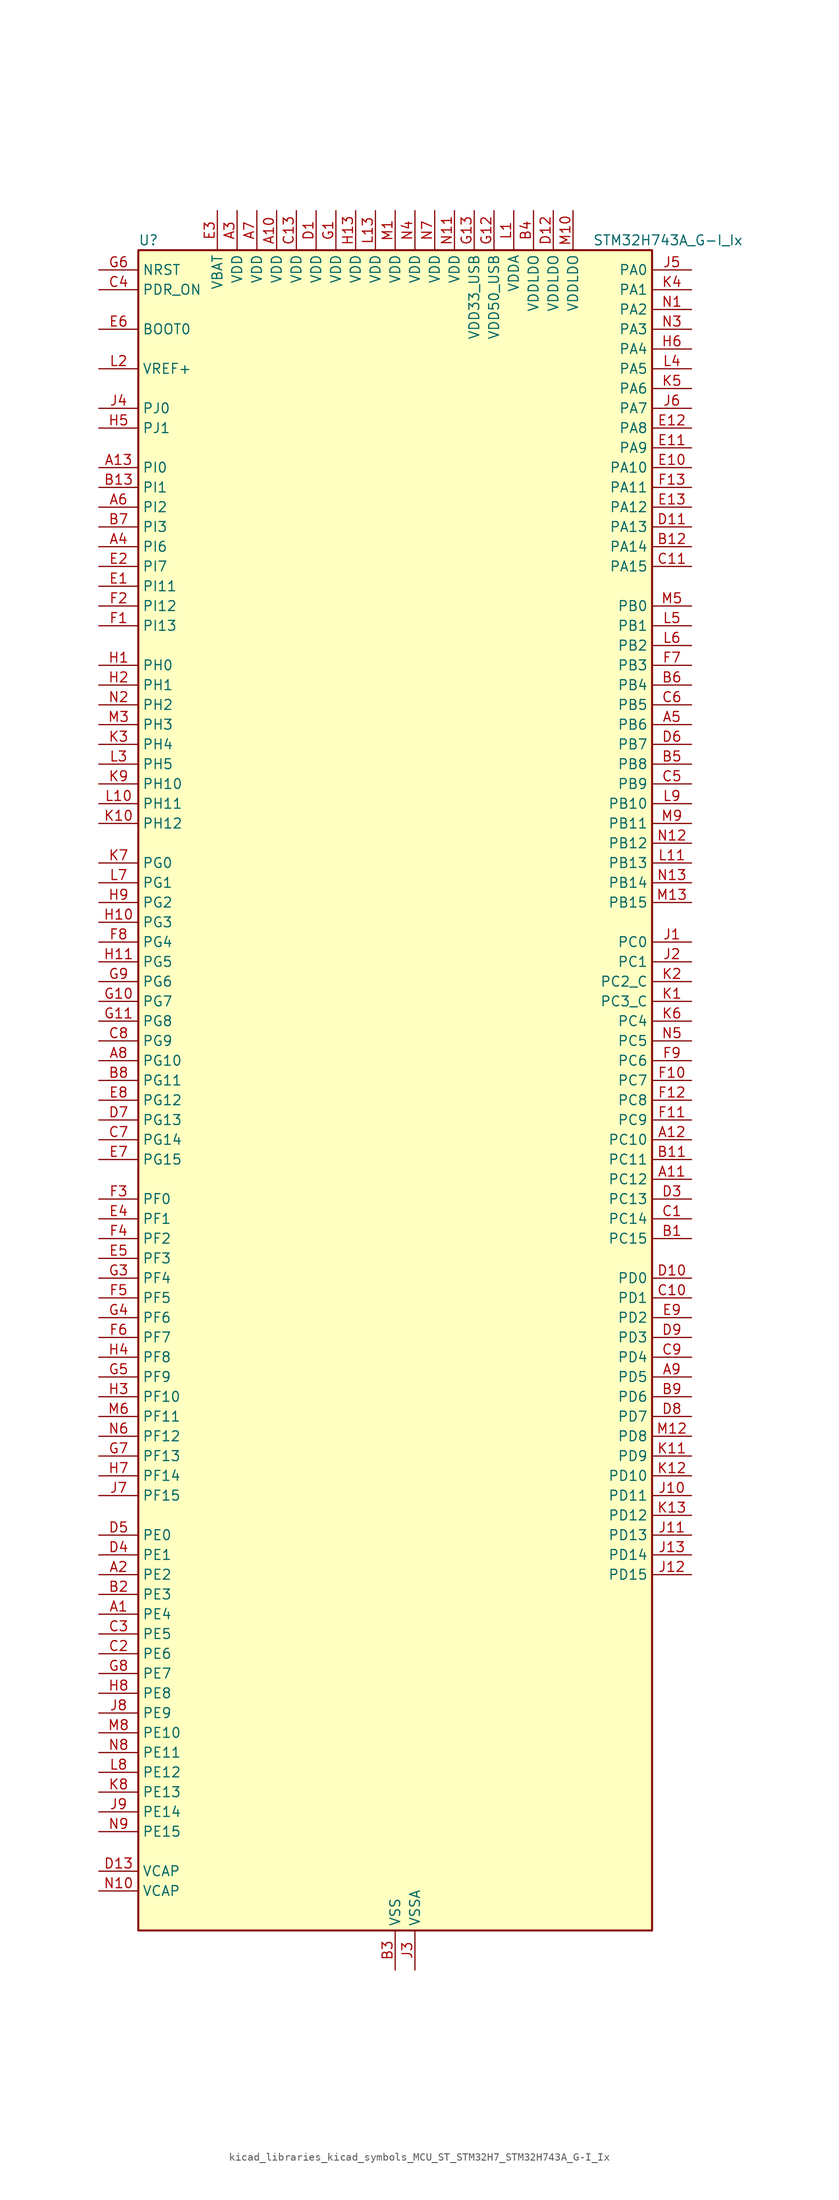
<source format=kicad_sym>
(kicad_symbol_lib
  (version 20220914)
  (generator kicad_symbol_editor)
  (symbol "kicad_libraries_kicad_symbols_MCU_ST_STM32H7_STM32H743A_G-I_Ix"
    (property "Reference" "U"
      (at -33.02 110.49 0)
      (effects (font (size 1.27 1.27)) (justify left)))
    (property "Value" "STM32H743A_G-I_Ix"
      (at 25.4 110.49 0)
      (effects (font (size 1.27 1.27)) (justify left)))
    (property "ki_locked" ""
      (at 0 0 0)
      (effects (font (size 1.27 1.27))))
    (symbol "kicad_libraries_kicad_symbols_MCU_ST_STM32H7_STM32H743A_G-I_Ix_0_1"
      (rectangle (start -33.02 -106.68) (end 33.02 109.22) (stroke (width 0.254) (type default)) (fill (type background))))
    (symbol "kicad_libraries_kicad_symbols_MCU_ST_STM32H7_STM32H743A_G-I_Ix_1_1"
      (pin bidirectional line (at -38.1 -66.04 0) (length 5.08) (name "PE4" (effects (font (size 1.27 1.27)))) (number "A1" (effects (font (size 1.27 1.27)))) (alternate "DCMI_D4" bidirectional line) (alternate "DEBUG_TRACED1" bidirectional line) (alternate "DFSDM1_DATIN3" bidirectional line) (alternate "FMC_A20" bidirectional line) (alternate "LTDC_B0" bidirectional line) (alternate "SAI1_D2" bidirectional line) (alternate "SAI1_FS_A" bidirectional line) (alternate "SAI4_D2" bidirectional line) (alternate "SAI4_FS_A" bidirectional line) (alternate "SPI4_NSS" bidirectional line) (alternate "TIM15_CH1N" bidirectional line))
      (pin power_in line (at -15.24 114.3 270) (length 5.08) (name "VDD" (effects (font (size 1.27 1.27)))) (number "A10" (effects (font (size 1.27 1.27)))))
      (pin bidirectional line (at 38.1 -10.16 180) (length 5.08) (name "PC12" (effects (font (size 1.27 1.27)))) (number "A11" (effects (font (size 1.27 1.27)))) (alternate "DCMI_D9" bidirectional line) (alternate "DEBUG_TRACED3" bidirectional line) (alternate "HRTIM_EEV2" bidirectional line) (alternate "I2S3_SDO" bidirectional line) (alternate "SDMMC1_CK" bidirectional line) (alternate "SPI3_MOSI" bidirectional line) (alternate "UART5_TX" bidirectional line) (alternate "USART3_CK" bidirectional line))
      (pin bidirectional line (at 38.1 -5.08 180) (length 5.08) (name "PC10" (effects (font (size 1.27 1.27)))) (number "A12" (effects (font (size 1.27 1.27)))) (alternate "DCMI_D8" bidirectional line) (alternate "DFSDM1_CKIN5" bidirectional line) (alternate "HRTIM_EEV1" bidirectional line) (alternate "I2S3_CK" bidirectional line) (alternate "LTDC_R2" bidirectional line) (alternate "QUADSPI_BK1_IO1" bidirectional line) (alternate "SDMMC1_D2" bidirectional line) (alternate "SPI3_SCK" bidirectional line) (alternate "UART4_TX" bidirectional line) (alternate "USART3_TX" bidirectional line))
      (pin bidirectional line (at -38.1 81.28 0) (length 5.08) (name "PI0" (effects (font (size 1.27 1.27)))) (number "A13" (effects (font (size 1.27 1.27)))) (alternate "DCMI_D13" bidirectional line) (alternate "FMC_D24" bidirectional line) (alternate "I2S2_WS" bidirectional line) (alternate "LTDC_G5" bidirectional line) (alternate "SPI2_NSS" bidirectional line) (alternate "TIM5_CH4" bidirectional line))
      (pin bidirectional line (at -38.1 -60.96 0) (length 5.08) (name "PE2" (effects (font (size 1.27 1.27)))) (number "A2" (effects (font (size 1.27 1.27)))) (alternate "DEBUG_TRACECLK" bidirectional line) (alternate "ETH_TXD3" bidirectional line) (alternate "FMC_A23" bidirectional line) (alternate "QUADSPI_BK1_IO2" bidirectional line) (alternate "SAI1_CK1" bidirectional line) (alternate "SAI1_MCLK_A" bidirectional line) (alternate "SAI4_CK1" bidirectional line) (alternate "SAI4_MCLK_A" bidirectional line) (alternate "SPI4_SCK" bidirectional line))
      (pin power_in line (at -20.32 114.3 270) (length 5.08) (name "VDD" (effects (font (size 1.27 1.27)))) (number "A3" (effects (font (size 1.27 1.27)))))
      (pin bidirectional line (at -38.1 71.12 0) (length 5.08) (name "PI6" (effects (font (size 1.27 1.27)))) (number "A4" (effects (font (size 1.27 1.27)))) (alternate "DCMI_D6" bidirectional line) (alternate "FMC_D28" bidirectional line) (alternate "LTDC_B6" bidirectional line) (alternate "SAI2_SD_A" bidirectional line) (alternate "TIM8_CH2" bidirectional line))
      (pin bidirectional line (at 38.1 48.26 180) (length 5.08) (name "PB6" (effects (font (size 1.27 1.27)))) (number "A5" (effects (font (size 1.27 1.27)))) (alternate "CEC" bidirectional line) (alternate "DCMI_D5" bidirectional line) (alternate "DFSDM1_DATIN5" bidirectional line) (alternate "FDCAN2_TX" bidirectional line) (alternate "FMC_SDNE1" bidirectional line) (alternate "HRTIM_EEV8" bidirectional line) (alternate "I2C1_SCL" bidirectional line) (alternate "I2C4_SCL" bidirectional line) (alternate "LPUART1_TX" bidirectional line) (alternate "QUADSPI_BK1_NCS" bidirectional line) (alternate "TIM16_CH1N" bidirectional line) (alternate "TIM4_CH1" bidirectional line) (alternate "UART5_TX" bidirectional line) (alternate "USART1_TX" bidirectional line))
      (pin bidirectional line (at -38.1 76.2 0) (length 5.08) (name "PI2" (effects (font (size 1.27 1.27)))) (number "A6" (effects (font (size 1.27 1.27)))) (alternate "DCMI_D9" bidirectional line) (alternate "FMC_D26" bidirectional line) (alternate "I2S2_SDI" bidirectional line) (alternate "LTDC_G7" bidirectional line) (alternate "SPI2_MISO" bidirectional line) (alternate "TIM8_CH4" bidirectional line))
      (pin power_in line (at -17.78 114.3 270) (length 5.08) (name "VDD" (effects (font (size 1.27 1.27)))) (number "A7" (effects (font (size 1.27 1.27)))))
      (pin bidirectional line (at -38.1 5.08 0) (length 5.08) (name "PG10" (effects (font (size 1.27 1.27)))) (number "A8" (effects (font (size 1.27 1.27)))) (alternate "DCMI_D2" bidirectional line) (alternate "FMC_NE3" bidirectional line) (alternate "HRTIM_FLT5" bidirectional line) (alternate "I2S1_WS" bidirectional line) (alternate "LTDC_B2" bidirectional line) (alternate "LTDC_G3" bidirectional line) (alternate "SAI2_SD_B" bidirectional line) (alternate "SPI1_NSS" bidirectional line))
      (pin bidirectional line (at 38.1 -35.56 180) (length 5.08) (name "PD5" (effects (font (size 1.27 1.27)))) (number "A9" (effects (font (size 1.27 1.27)))) (alternate "FMC_NWE" bidirectional line) (alternate "HRTIM_EEV3" bidirectional line) (alternate "USART2_TX" bidirectional line))
      (pin bidirectional line (at 38.1 -17.78 180) (length 5.08) (name "PC15" (effects (font (size 1.27 1.27)))) (number "B1" (effects (font (size 1.27 1.27)))) (alternate "ADC1_EXTI15" bidirectional line) (alternate "ADC2_EXTI15" bidirectional line) (alternate "ADC3_EXTI15" bidirectional line) (alternate "RCC_OSC32_OUT" bidirectional line))
      (pin passive line (at 0 -111.76 90) (length 5.08) hide (name "VSS" (effects (font (size 1.27 1.27)))) (number "B10" (effects (font (size 1.27 1.27)))))
      (pin bidirectional line (at 38.1 -7.62 180) (length 5.08) (name "PC11" (effects (font (size 1.27 1.27)))) (number "B11" (effects (font (size 1.27 1.27)))) (alternate "ADC1_EXTI11" bidirectional line) (alternate "ADC2_EXTI11" bidirectional line) (alternate "ADC3_EXTI11" bidirectional line) (alternate "DCMI_D4" bidirectional line) (alternate "DFSDM1_DATIN5" bidirectional line) (alternate "HRTIM_FLT2" bidirectional line) (alternate "I2S3_SDI" bidirectional line) (alternate "QUADSPI_BK2_NCS" bidirectional line) (alternate "SDMMC1_D3" bidirectional line) (alternate "SPI3_MISO" bidirectional line) (alternate "UART4_RX" bidirectional line) (alternate "USART3_RX" bidirectional line))
      (pin bidirectional line (at 38.1 71.12 180) (length 5.08) (name "PA14" (effects (font (size 1.27 1.27)))) (number "B12" (effects (font (size 1.27 1.27)))) (alternate "DEBUG_JTCK-SWCLK" bidirectional line))
      (pin bidirectional line (at -38.1 78.74 0) (length 5.08) (name "PI1" (effects (font (size 1.27 1.27)))) (number "B13" (effects (font (size 1.27 1.27)))) (alternate "DCMI_D8" bidirectional line) (alternate "FMC_D25" bidirectional line) (alternate "I2S2_CK" bidirectional line) (alternate "LTDC_G6" bidirectional line) (alternate "SPI2_SCK" bidirectional line) (alternate "TIM8_BKIN2" bidirectional line) (alternate "TIM8_BKIN2_COMP1" bidirectional line) (alternate "TIM8_BKIN2_COMP2" bidirectional line))
      (pin bidirectional line (at -38.1 -63.5 0) (length 5.08) (name "PE3" (effects (font (size 1.27 1.27)))) (number "B2" (effects (font (size 1.27 1.27)))) (alternate "DEBUG_TRACED0" bidirectional line) (alternate "FMC_A19" bidirectional line) (alternate "SAI1_SD_B" bidirectional line) (alternate "SAI4_SD_B" bidirectional line) (alternate "TIM15_BKIN" bidirectional line))
      (pin power_in line (at 0 -111.76 90) (length 5.08) (name "VSS" (effects (font (size 1.27 1.27)))) (number "B3" (effects (font (size 1.27 1.27)))))
      (pin power_in line (at 17.78 114.3 270) (length 5.08) (name "VDDLDO" (effects (font (size 1.27 1.27)))) (number "B4" (effects (font (size 1.27 1.27)))))
      (pin bidirectional line (at 38.1 43.18 180) (length 5.08) (name "PB8" (effects (font (size 1.27 1.27)))) (number "B5" (effects (font (size 1.27 1.27)))) (alternate "DCMI_D6" bidirectional line) (alternate "DFSDM1_CKIN7" bidirectional line) (alternate "ETH_TXD3" bidirectional line) (alternate "FDCAN1_RX" bidirectional line) (alternate "I2C1_SCL" bidirectional line) (alternate "I2C4_SCL" bidirectional line) (alternate "LTDC_B6" bidirectional line) (alternate "SDMMC1_CKIN" bidirectional line) (alternate "SDMMC1_D4" bidirectional line) (alternate "SDMMC2_D4" bidirectional line) (alternate "TIM16_CH1" bidirectional line) (alternate "TIM4_CH3" bidirectional line) (alternate "UART4_RX" bidirectional line))
      (pin bidirectional line (at 38.1 53.34 180) (length 5.08) (name "PB4" (effects (font (size 1.27 1.27)))) (number "B6" (effects (font (size 1.27 1.27)))) (alternate "DEBUG_JTRST" bidirectional line) (alternate "HRTIM_EEV6" bidirectional line) (alternate "I2S1_SDI" bidirectional line) (alternate "I2S2_WS" bidirectional line) (alternate "I2S3_SDI" bidirectional line) (alternate "SDMMC2_D3" bidirectional line) (alternate "SPI1_MISO" bidirectional line) (alternate "SPI2_NSS" bidirectional line) (alternate "SPI3_MISO" bidirectional line) (alternate "SPI6_MISO" bidirectional line) (alternate "TIM16_BKIN" bidirectional line) (alternate "TIM3_CH1" bidirectional line) (alternate "UART7_TX" bidirectional line))
      (pin bidirectional line (at -38.1 73.66 0) (length 5.08) (name "PI3" (effects (font (size 1.27 1.27)))) (number "B7" (effects (font (size 1.27 1.27)))) (alternate "DCMI_D10" bidirectional line) (alternate "FMC_D27" bidirectional line) (alternate "I2S2_SDO" bidirectional line) (alternate "SPI2_MOSI" bidirectional line) (alternate "TIM8_ETR" bidirectional line))
      (pin bidirectional line (at -38.1 2.54 0) (length 5.08) (name "PG11" (effects (font (size 1.27 1.27)))) (number "B8" (effects (font (size 1.27 1.27)))) (alternate "ADC1_EXTI11" bidirectional line) (alternate "ADC2_EXTI11" bidirectional line) (alternate "ADC3_EXTI11" bidirectional line) (alternate "DCMI_D3" bidirectional line) (alternate "ETH_TX_EN" bidirectional line) (alternate "HRTIM_EEV4" bidirectional line) (alternate "I2S1_CK" bidirectional line) (alternate "LPTIM1_IN2" bidirectional line) (alternate "LTDC_B3" bidirectional line) (alternate "SDMMC2_D2" bidirectional line) (alternate "SPDIFRX1_IN0" bidirectional line) (alternate "SPI1_SCK" bidirectional line))
      (pin bidirectional line (at 38.1 -38.1 180) (length 5.08) (name "PD6" (effects (font (size 1.27 1.27)))) (number "B9" (effects (font (size 1.27 1.27)))) (alternate "DCMI_D10" bidirectional line) (alternate "DFSDM1_CKIN4" bidirectional line) (alternate "DFSDM1_DATIN1" bidirectional line) (alternate "FMC_NWAIT" bidirectional line) (alternate "I2S3_SDO" bidirectional line) (alternate "LTDC_B2" bidirectional line) (alternate "SAI1_D1" bidirectional line) (alternate "SAI1_SD_A" bidirectional line) (alternate "SAI4_D1" bidirectional line) (alternate "SAI4_SD_A" bidirectional line) (alternate "SDMMC2_CK" bidirectional line) (alternate "SPI3_MOSI" bidirectional line) (alternate "USART2_RX" bidirectional line))
      (pin bidirectional line (at 38.1 -15.24 180) (length 5.08) (name "PC14" (effects (font (size 1.27 1.27)))) (number "C1" (effects (font (size 1.27 1.27)))) (alternate "RCC_OSC32_IN" bidirectional line))
      (pin bidirectional line (at 38.1 -25.4 180) (length 5.08) (name "PD1" (effects (font (size 1.27 1.27)))) (number "C10" (effects (font (size 1.27 1.27)))) (alternate "DFSDM1_DATIN6" bidirectional line) (alternate "FDCAN1_TX" bidirectional line) (alternate "FMC_D3" bidirectional line) (alternate "FMC_DA3" bidirectional line) (alternate "SAI3_SD_A" bidirectional line) (alternate "UART4_TX" bidirectional line))
      (pin bidirectional line (at 38.1 68.58 180) (length 5.08) (name "PA15" (effects (font (size 1.27 1.27)))) (number "C11" (effects (font (size 1.27 1.27)))) (alternate "ADC1_EXTI15" bidirectional line) (alternate "ADC2_EXTI15" bidirectional line) (alternate "ADC3_EXTI15" bidirectional line) (alternate "CEC" bidirectional line) (alternate "DEBUG_JTDI" bidirectional line) (alternate "HRTIM_FLT1" bidirectional line) (alternate "I2S1_WS" bidirectional line) (alternate "I2S3_WS" bidirectional line) (alternate "SPI1_NSS" bidirectional line) (alternate "SPI3_NSS" bidirectional line) (alternate "SPI6_NSS" bidirectional line) (alternate "TIM2_CH1" bidirectional line) (alternate "TIM2_ETR" bidirectional line) (alternate "UART4_DE" bidirectional line) (alternate "UART4_RTS" bidirectional line) (alternate "UART7_TX" bidirectional line))
      (pin passive line (at 0 -111.76 90) (length 5.08) hide (name "VSS" (effects (font (size 1.27 1.27)))) (number "C12" (effects (font (size 1.27 1.27)))))
      (pin power_in line (at -12.7 114.3 270) (length 5.08) (name "VDD" (effects (font (size 1.27 1.27)))) (number "C13" (effects (font (size 1.27 1.27)))))
      (pin bidirectional line (at -38.1 -71.12 0) (length 5.08) (name "PE6" (effects (font (size 1.27 1.27)))) (number "C2" (effects (font (size 1.27 1.27)))) (alternate "DCMI_D7" bidirectional line) (alternate "DEBUG_TRACED3" bidirectional line) (alternate "FMC_A22" bidirectional line) (alternate "LTDC_G1" bidirectional line) (alternate "SAI1_D1" bidirectional line) (alternate "SAI1_SD_A" bidirectional line) (alternate "SAI2_MCLK_B" bidirectional line) (alternate "SAI4_D1" bidirectional line) (alternate "SAI4_SD_A" bidirectional line) (alternate "SPI4_MOSI" bidirectional line) (alternate "TIM15_CH2" bidirectional line) (alternate "TIM1_BKIN2" bidirectional line) (alternate "TIM1_BKIN2_COMP1" bidirectional line) (alternate "TIM1_BKIN2_COMP2" bidirectional line))
      (pin bidirectional line (at -38.1 -68.58 0) (length 5.08) (name "PE5" (effects (font (size 1.27 1.27)))) (number "C3" (effects (font (size 1.27 1.27)))) (alternate "DCMI_D6" bidirectional line) (alternate "DEBUG_TRACED2" bidirectional line) (alternate "DFSDM1_CKIN3" bidirectional line) (alternate "FMC_A21" bidirectional line) (alternate "LTDC_G0" bidirectional line) (alternate "SAI1_CK2" bidirectional line) (alternate "SAI1_SCK_A" bidirectional line) (alternate "SAI4_CK2" bidirectional line) (alternate "SAI4_SCK_A" bidirectional line) (alternate "SPI4_MISO" bidirectional line) (alternate "TIM15_CH1" bidirectional line))
      (pin input line (at -38.1 104.14 0) (length 5.08) (name "PDR_ON" (effects (font (size 1.27 1.27)))) (number "C4" (effects (font (size 1.27 1.27)))))
      (pin bidirectional line (at 38.1 40.64 180) (length 5.08) (name "PB9" (effects (font (size 1.27 1.27)))) (number "C5" (effects (font (size 1.27 1.27)))) (alternate "DAC1_EXTI9" bidirectional line) (alternate "DCMI_D7" bidirectional line) (alternate "DFSDM1_DATIN7" bidirectional line) (alternate "FDCAN1_TX" bidirectional line) (alternate "I2C1_SDA" bidirectional line) (alternate "I2C4_SDA" bidirectional line) (alternate "I2C4_SMBA" bidirectional line) (alternate "I2S2_WS" bidirectional line) (alternate "LTDC_B7" bidirectional line) (alternate "SDMMC1_CDIR" bidirectional line) (alternate "SDMMC1_D5" bidirectional line) (alternate "SDMMC2_D5" bidirectional line) (alternate "SPI2_NSS" bidirectional line) (alternate "TIM17_CH1" bidirectional line) (alternate "TIM4_CH4" bidirectional line) (alternate "UART4_TX" bidirectional line))
      (pin bidirectional line (at 38.1 50.8 180) (length 5.08) (name "PB5" (effects (font (size 1.27 1.27)))) (number "C6" (effects (font (size 1.27 1.27)))) (alternate "DCMI_D10" bidirectional line) (alternate "ETH_PPS_OUT" bidirectional line) (alternate "FDCAN2_RX" bidirectional line) (alternate "FMC_SDCKE1" bidirectional line) (alternate "HRTIM_EEV7" bidirectional line) (alternate "I2C1_SMBA" bidirectional line) (alternate "I2C4_SMBA" bidirectional line) (alternate "I2S1_SDO" bidirectional line) (alternate "I2S3_SDO" bidirectional line) (alternate "SPI1_MOSI" bidirectional line) (alternate "SPI3_MOSI" bidirectional line) (alternate "SPI6_MOSI" bidirectional line) (alternate "TIM17_BKIN" bidirectional line) (alternate "TIM3_CH2" bidirectional line) (alternate "UART5_RX" bidirectional line) (alternate "USB_OTG_HS_ULPI_D7" bidirectional line))
      (pin bidirectional line (at -38.1 -5.08 0) (length 5.08) (name "PG14" (effects (font (size 1.27 1.27)))) (number "C7" (effects (font (size 1.27 1.27)))) (alternate "DEBUG_TRACED1" bidirectional line) (alternate "ETH_TXD1" bidirectional line) (alternate "FMC_A25" bidirectional line) (alternate "LPTIM1_ETR" bidirectional line) (alternate "LTDC_B0" bidirectional line) (alternate "QUADSPI_BK2_IO3" bidirectional line) (alternate "SPI6_MOSI" bidirectional line) (alternate "USART6_TX" bidirectional line))
      (pin bidirectional line (at -38.1 7.62 0) (length 5.08) (name "PG9" (effects (font (size 1.27 1.27)))) (number "C8" (effects (font (size 1.27 1.27)))) (alternate "DAC1_EXTI9" bidirectional line) (alternate "DCMI_VSYNC" bidirectional line) (alternate "FMC_NCE" bidirectional line) (alternate "FMC_NE2" bidirectional line) (alternate "I2S1_SDI" bidirectional line) (alternate "QUADSPI_BK2_IO2" bidirectional line) (alternate "SAI2_FS_B" bidirectional line) (alternate "SPDIFRX1_IN3" bidirectional line) (alternate "SPI1_MISO" bidirectional line) (alternate "USART6_RX" bidirectional line))
      (pin bidirectional line (at 38.1 -33.02 180) (length 5.08) (name "PD4" (effects (font (size 1.27 1.27)))) (number "C9" (effects (font (size 1.27 1.27)))) (alternate "FMC_NOE" bidirectional line) (alternate "HRTIM_FLT3" bidirectional line) (alternate "SAI3_FS_A" bidirectional line) (alternate "USART2_DE" bidirectional line) (alternate "USART2_RTS" bidirectional line))
      (pin power_in line (at -10.16 114.3 270) (length 5.08) (name "VDD" (effects (font (size 1.27 1.27)))) (number "D1" (effects (font (size 1.27 1.27)))))
      (pin bidirectional line (at 38.1 -22.86 180) (length 5.08) (name "PD0" (effects (font (size 1.27 1.27)))) (number "D10" (effects (font (size 1.27 1.27)))) (alternate "DFSDM1_CKIN6" bidirectional line) (alternate "FDCAN1_RX" bidirectional line) (alternate "FMC_D2" bidirectional line) (alternate "FMC_DA2" bidirectional line) (alternate "SAI3_SCK_A" bidirectional line) (alternate "UART4_RX" bidirectional line))
      (pin bidirectional line (at 38.1 73.66 180) (length 5.08) (name "PA13" (effects (font (size 1.27 1.27)))) (number "D11" (effects (font (size 1.27 1.27)))) (alternate "DEBUG_JTMS-SWDIO" bidirectional line))
      (pin power_in line (at 20.32 114.3 270) (length 5.08) (name "VDDLDO" (effects (font (size 1.27 1.27)))) (number "D12" (effects (font (size 1.27 1.27)))))
      (pin power_out line (at -38.1 -99.06 0) (length 5.08) (name "VCAP" (effects (font (size 1.27 1.27)))) (number "D13" (effects (font (size 1.27 1.27)))))
      (pin passive line (at 0 -111.76 90) (length 5.08) hide (name "VSS" (effects (font (size 1.27 1.27)))) (number "D2" (effects (font (size 1.27 1.27)))))
      (pin bidirectional line (at 38.1 -12.7 180) (length 5.08) (name "PC13" (effects (font (size 1.27 1.27)))) (number "D3" (effects (font (size 1.27 1.27)))) (alternate "PWR_WKUP2" bidirectional line) (alternate "RTC_OUT_ALARM" bidirectional line) (alternate "RTC_OUT_CALIB" bidirectional line) (alternate "RTC_TAMP1" bidirectional line) (alternate "RTC_TS" bidirectional line))
      (pin bidirectional line (at -38.1 -58.42 0) (length 5.08) (name "PE1" (effects (font (size 1.27 1.27)))) (number "D4" (effects (font (size 1.27 1.27)))) (alternate "DCMI_D3" bidirectional line) (alternate "FMC_NBL1" bidirectional line) (alternate "HRTIM_SCOUT" bidirectional line) (alternate "LPTIM1_IN2" bidirectional line) (alternate "UART8_TX" bidirectional line))
      (pin bidirectional line (at -38.1 -55.88 0) (length 5.08) (name "PE0" (effects (font (size 1.27 1.27)))) (number "D5" (effects (font (size 1.27 1.27)))) (alternate "DCMI_D2" bidirectional line) (alternate "FMC_NBL0" bidirectional line) (alternate "HRTIM_SCIN" bidirectional line) (alternate "LPTIM1_ETR" bidirectional line) (alternate "LPTIM2_ETR" bidirectional line) (alternate "SAI2_MCLK_A" bidirectional line) (alternate "TIM4_ETR" bidirectional line) (alternate "UART8_RX" bidirectional line))
      (pin bidirectional line (at 38.1 45.72 180) (length 5.08) (name "PB7" (effects (font (size 1.27 1.27)))) (number "D6" (effects (font (size 1.27 1.27)))) (alternate "DCMI_VSYNC" bidirectional line) (alternate "DFSDM1_CKIN5" bidirectional line) (alternate "FMC_NL" bidirectional line) (alternate "HRTIM_EEV9" bidirectional line) (alternate "I2C1_SDA" bidirectional line) (alternate "I2C4_SDA" bidirectional line) (alternate "LPUART1_RX" bidirectional line) (alternate "PWR_PVD_IN" bidirectional line) (alternate "TIM17_CH1N" bidirectional line) (alternate "TIM4_CH2" bidirectional line) (alternate "USART1_RX" bidirectional line))
      (pin bidirectional line (at -38.1 -2.54 0) (length 5.08) (name "PG13" (effects (font (size 1.27 1.27)))) (number "D7" (effects (font (size 1.27 1.27)))) (alternate "DEBUG_TRACED0" bidirectional line) (alternate "ETH_TXD0" bidirectional line) (alternate "FMC_A24" bidirectional line) (alternate "HRTIM_EEV10" bidirectional line) (alternate "LPTIM1_OUT" bidirectional line) (alternate "LTDC_R0" bidirectional line) (alternate "SPI6_SCK" bidirectional line) (alternate "USART6_CTS" bidirectional line) (alternate "USART6_NSS" bidirectional line))
      (pin bidirectional line (at 38.1 -40.64 180) (length 5.08) (name "PD7" (effects (font (size 1.27 1.27)))) (number "D8" (effects (font (size 1.27 1.27)))) (alternate "DFSDM1_CKIN1" bidirectional line) (alternate "DFSDM1_DATIN4" bidirectional line) (alternate "FMC_NE1" bidirectional line) (alternate "I2S1_SDO" bidirectional line) (alternate "SDMMC2_CMD" bidirectional line) (alternate "SPDIFRX1_IN0" bidirectional line) (alternate "SPI1_MOSI" bidirectional line) (alternate "USART2_CK" bidirectional line))
      (pin bidirectional line (at 38.1 -30.48 180) (length 5.08) (name "PD3" (effects (font (size 1.27 1.27)))) (number "D9" (effects (font (size 1.27 1.27)))) (alternate "DCMI_D5" bidirectional line) (alternate "DFSDM1_CKOUT" bidirectional line) (alternate "FMC_CLK" bidirectional line) (alternate "I2S2_CK" bidirectional line) (alternate "LTDC_G7" bidirectional line) (alternate "SPI2_SCK" bidirectional line) (alternate "USART2_CTS" bidirectional line) (alternate "USART2_NSS" bidirectional line))
      (pin bidirectional line (at -38.1 66.04 0) (length 5.08) (name "PI11" (effects (font (size 1.27 1.27)))) (number "E1" (effects (font (size 1.27 1.27)))) (alternate "ADC1_EXTI11" bidirectional line) (alternate "ADC2_EXTI11" bidirectional line) (alternate "ADC3_EXTI11" bidirectional line) (alternate "LTDC_G6" bidirectional line) (alternate "PWR_WKUP4" bidirectional line) (alternate "USB_OTG_HS_ULPI_DIR" bidirectional line))
      (pin bidirectional line (at 38.1 81.28 180) (length 5.08) (name "PA10" (effects (font (size 1.27 1.27)))) (number "E10" (effects (font (size 1.27 1.27)))) (alternate "DCMI_D1" bidirectional line) (alternate "HRTIM_CHC2" bidirectional line) (alternate "LPUART1_RX" bidirectional line) (alternate "LTDC_B1" bidirectional line) (alternate "LTDC_B4" bidirectional line) (alternate "MDIOS_MDIO" bidirectional line) (alternate "TIM1_CH3" bidirectional line) (alternate "USART1_RX" bidirectional line) (alternate "USB_OTG_FS_ID" bidirectional line))
      (pin bidirectional line (at 38.1 83.82 180) (length 5.08) (name "PA9" (effects (font (size 1.27 1.27)))) (number "E11" (effects (font (size 1.27 1.27)))) (alternate "DAC1_EXTI9" bidirectional line) (alternate "DCMI_D0" bidirectional line) (alternate "HRTIM_CHC1" bidirectional line) (alternate "I2C3_SMBA" bidirectional line) (alternate "I2S2_CK" bidirectional line) (alternate "LPUART1_TX" bidirectional line) (alternate "LTDC_R5" bidirectional line) (alternate "SPI2_SCK" bidirectional line) (alternate "TIM1_CH2" bidirectional line) (alternate "USART1_TX" bidirectional line) (alternate "USB_OTG_FS_VBUS" bidirectional line))
      (pin bidirectional line (at 38.1 86.36 180) (length 5.08) (name "PA8" (effects (font (size 1.27 1.27)))) (number "E12" (effects (font (size 1.27 1.27)))) (alternate "HRTIM_CHB2" bidirectional line) (alternate "I2C3_SCL" bidirectional line) (alternate "LTDC_B3" bidirectional line) (alternate "LTDC_R6" bidirectional line) (alternate "RCC_MCO_1" bidirectional line) (alternate "TIM1_CH1" bidirectional line) (alternate "TIM8_BKIN2" bidirectional line) (alternate "TIM8_BKIN2_COMP1" bidirectional line) (alternate "TIM8_BKIN2_COMP2" bidirectional line) (alternate "UART7_RX" bidirectional line) (alternate "USART1_CK" bidirectional line) (alternate "USB_OTG_FS_SOF" bidirectional line))
      (pin bidirectional line (at 38.1 76.2 180) (length 5.08) (name "PA12" (effects (font (size 1.27 1.27)))) (number "E13" (effects (font (size 1.27 1.27)))) (alternate "FDCAN1_TX" bidirectional line) (alternate "HRTIM_CHD2" bidirectional line) (alternate "I2S2_CK" bidirectional line) (alternate "LPUART1_DE" bidirectional line) (alternate "LPUART1_RTS" bidirectional line) (alternate "LTDC_R5" bidirectional line) (alternate "SAI2_FS_B" bidirectional line) (alternate "SPI2_SCK" bidirectional line) (alternate "TIM1_ETR" bidirectional line) (alternate "UART4_TX" bidirectional line) (alternate "USART1_DE" bidirectional line) (alternate "USART1_RTS" bidirectional line) (alternate "USB_OTG_FS_DP" bidirectional line))
      (pin bidirectional line (at -38.1 68.58 0) (length 5.08) (name "PI7" (effects (font (size 1.27 1.27)))) (number "E2" (effects (font (size 1.27 1.27)))) (alternate "DCMI_D7" bidirectional line) (alternate "FMC_D29" bidirectional line) (alternate "LTDC_B7" bidirectional line) (alternate "SAI2_FS_A" bidirectional line) (alternate "TIM8_CH3" bidirectional line))
      (pin power_in line (at -22.86 114.3 270) (length 5.08) (name "VBAT" (effects (font (size 1.27 1.27)))) (number "E3" (effects (font (size 1.27 1.27)))))
      (pin bidirectional line (at -38.1 -15.24 0) (length 5.08) (name "PF1" (effects (font (size 1.27 1.27)))) (number "E4" (effects (font (size 1.27 1.27)))) (alternate "FMC_A1" bidirectional line) (alternate "I2C2_SCL" bidirectional line))
      (pin bidirectional line (at -38.1 -20.32 0) (length 5.08) (name "PF3" (effects (font (size 1.27 1.27)))) (number "E5" (effects (font (size 1.27 1.27)))) (alternate "ADC3_INP5" bidirectional line) (alternate "FMC_A3" bidirectional line))
      (pin input line (at -38.1 99.06 0) (length 5.08) (name "BOOT0" (effects (font (size 1.27 1.27)))) (number "E6" (effects (font (size 1.27 1.27)))))
      (pin bidirectional line (at -38.1 -7.62 0) (length 5.08) (name "PG15" (effects (font (size 1.27 1.27)))) (number "E7" (effects (font (size 1.27 1.27)))) (alternate "ADC1_EXTI15" bidirectional line) (alternate "ADC2_EXTI15" bidirectional line) (alternate "ADC3_EXTI15" bidirectional line) (alternate "DCMI_D13" bidirectional line) (alternate "FMC_SDNCAS" bidirectional line) (alternate "USART6_CTS" bidirectional line) (alternate "USART6_NSS" bidirectional line))
      (pin bidirectional line (at -38.1 0 0) (length 5.08) (name "PG12" (effects (font (size 1.27 1.27)))) (number "E8" (effects (font (size 1.27 1.27)))) (alternate "ETH_TXD1" bidirectional line) (alternate "FMC_NE4" bidirectional line) (alternate "HRTIM_EEV5" bidirectional line) (alternate "LPTIM1_IN1" bidirectional line) (alternate "LTDC_B1" bidirectional line) (alternate "LTDC_B4" bidirectional line) (alternate "SPDIFRX1_IN1" bidirectional line) (alternate "SPI6_MISO" bidirectional line) (alternate "USART6_DE" bidirectional line) (alternate "USART6_RTS" bidirectional line))
      (pin bidirectional line (at 38.1 -27.94 180) (length 5.08) (name "PD2" (effects (font (size 1.27 1.27)))) (number "E9" (effects (font (size 1.27 1.27)))) (alternate "DCMI_D11" bidirectional line) (alternate "DEBUG_TRACED2" bidirectional line) (alternate "SDMMC1_CMD" bidirectional line) (alternate "TIM3_ETR" bidirectional line) (alternate "UART5_RX" bidirectional line))
      (pin bidirectional line (at -38.1 60.96 0) (length 5.08) (name "PI13" (effects (font (size 1.27 1.27)))) (number "F1" (effects (font (size 1.27 1.27)))) (alternate "LTDC_VSYNC" bidirectional line))
      (pin bidirectional line (at 38.1 2.54 180) (length 5.08) (name "PC7" (effects (font (size 1.27 1.27)))) (number "F10" (effects (font (size 1.27 1.27)))) (alternate "DCMI_D1" bidirectional line) (alternate "DEBUG_TRGIO" bidirectional line) (alternate "DFSDM1_DATIN3" bidirectional line) (alternate "FMC_NE1" bidirectional line) (alternate "HRTIM_CHA2" bidirectional line) (alternate "I2S3_MCK" bidirectional line) (alternate "LTDC_G6" bidirectional line) (alternate "SDMMC1_D123DIR" bidirectional line) (alternate "SDMMC1_D7" bidirectional line) (alternate "SDMMC2_D7" bidirectional line) (alternate "SWPMI1_TX" bidirectional line) (alternate "TIM3_CH2" bidirectional line) (alternate "TIM8_CH2" bidirectional line) (alternate "USART6_RX" bidirectional line))
      (pin bidirectional line (at 38.1 -2.54 180) (length 5.08) (name "PC9" (effects (font (size 1.27 1.27)))) (number "F11" (effects (font (size 1.27 1.27)))) (alternate "DAC1_EXTI9" bidirectional line) (alternate "DCMI_D3" bidirectional line) (alternate "I2C3_SDA" bidirectional line) (alternate "I2S_CKIN" bidirectional line) (alternate "LTDC_B2" bidirectional line) (alternate "LTDC_G3" bidirectional line) (alternate "QUADSPI_BK1_IO0" bidirectional line) (alternate "RCC_MCO_2" bidirectional line) (alternate "SDMMC1_D1" bidirectional line) (alternate "SWPMI1_SUSPEND" bidirectional line) (alternate "TIM3_CH4" bidirectional line) (alternate "TIM8_CH4" bidirectional line) (alternate "UART5_CTS" bidirectional line))
      (pin bidirectional line (at 38.1 0 180) (length 5.08) (name "PC8" (effects (font (size 1.27 1.27)))) (number "F12" (effects (font (size 1.27 1.27)))) (alternate "DCMI_D2" bidirectional line) (alternate "DEBUG_TRACED1" bidirectional line) (alternate "FMC_NCE" bidirectional line) (alternate "FMC_NE2" bidirectional line) (alternate "HRTIM_CHB1" bidirectional line) (alternate "SDMMC1_D0" bidirectional line) (alternate "SWPMI1_RX" bidirectional line) (alternate "TIM3_CH3" bidirectional line) (alternate "TIM8_CH3" bidirectional line) (alternate "UART5_DE" bidirectional line) (alternate "UART5_RTS" bidirectional line) (alternate "USART6_CK" bidirectional line))
      (pin bidirectional line (at 38.1 78.74 180) (length 5.08) (name "PA11" (effects (font (size 1.27 1.27)))) (number "F13" (effects (font (size 1.27 1.27)))) (alternate "ADC1_EXTI11" bidirectional line) (alternate "ADC2_EXTI11" bidirectional line) (alternate "ADC3_EXTI11" bidirectional line) (alternate "FDCAN1_RX" bidirectional line) (alternate "HRTIM_CHD1" bidirectional line) (alternate "I2S2_WS" bidirectional line) (alternate "LPUART1_CTS" bidirectional line) (alternate "LTDC_R4" bidirectional line) (alternate "SPI2_NSS" bidirectional line) (alternate "TIM1_CH4" bidirectional line) (alternate "UART4_RX" bidirectional line) (alternate "USART1_CTS" bidirectional line) (alternate "USART1_NSS" bidirectional line) (alternate "USB_OTG_FS_DM" bidirectional line))
      (pin bidirectional line (at -38.1 63.5 0) (length 5.08) (name "PI12" (effects (font (size 1.27 1.27)))) (number "F2" (effects (font (size 1.27 1.27)))) (alternate "LTDC_HSYNC" bidirectional line))
      (pin bidirectional line (at -38.1 -12.7 0) (length 5.08) (name "PF0" (effects (font (size 1.27 1.27)))) (number "F3" (effects (font (size 1.27 1.27)))) (alternate "FMC_A0" bidirectional line) (alternate "I2C2_SDA" bidirectional line))
      (pin bidirectional line (at -38.1 -17.78 0) (length 5.08) (name "PF2" (effects (font (size 1.27 1.27)))) (number "F4" (effects (font (size 1.27 1.27)))) (alternate "FMC_A2" bidirectional line) (alternate "I2C2_SMBA" bidirectional line))
      (pin bidirectional line (at -38.1 -25.4 0) (length 5.08) (name "PF5" (effects (font (size 1.27 1.27)))) (number "F5" (effects (font (size 1.27 1.27)))) (alternate "ADC3_INP4" bidirectional line) (alternate "FMC_A5" bidirectional line))
      (pin bidirectional line (at -38.1 -30.48 0) (length 5.08) (name "PF7" (effects (font (size 1.27 1.27)))) (number "F6" (effects (font (size 1.27 1.27)))) (alternate "ADC3_INP3" bidirectional line) (alternate "QUADSPI_BK1_IO2" bidirectional line) (alternate "SAI1_MCLK_B" bidirectional line) (alternate "SAI4_MCLK_B" bidirectional line) (alternate "SPI5_SCK" bidirectional line) (alternate "TIM17_CH1" bidirectional line) (alternate "UART7_TX" bidirectional line))
      (pin bidirectional line (at 38.1 55.88 180) (length 5.08) (name "PB3" (effects (font (size 1.27 1.27)))) (number "F7" (effects (font (size 1.27 1.27)))) (alternate "CRS_SYNC" bidirectional line) (alternate "DEBUG_JTDO-SWO" bidirectional line) (alternate "HRTIM_FLT4" bidirectional line) (alternate "I2S1_CK" bidirectional line) (alternate "I2S3_CK" bidirectional line) (alternate "SDMMC2_D2" bidirectional line) (alternate "SPI1_SCK" bidirectional line) (alternate "SPI3_SCK" bidirectional line) (alternate "SPI6_SCK" bidirectional line) (alternate "TIM2_CH2" bidirectional line) (alternate "UART7_RX" bidirectional line))
      (pin bidirectional line (at -38.1 20.32 0) (length 5.08) (name "PG4" (effects (font (size 1.27 1.27)))) (number "F8" (effects (font (size 1.27 1.27)))) (alternate "FMC_A14" bidirectional line) (alternate "FMC_BA0" bidirectional line) (alternate "TIM1_BKIN2" bidirectional line) (alternate "TIM1_BKIN2_COMP1" bidirectional line) (alternate "TIM1_BKIN2_COMP2" bidirectional line))
      (pin bidirectional line (at 38.1 5.08 180) (length 5.08) (name "PC6" (effects (font (size 1.27 1.27)))) (number "F9" (effects (font (size 1.27 1.27)))) (alternate "DCMI_D0" bidirectional line) (alternate "DFSDM1_CKIN3" bidirectional line) (alternate "FMC_NWAIT" bidirectional line) (alternate "HRTIM_CHA1" bidirectional line) (alternate "I2S2_MCK" bidirectional line) (alternate "LTDC_HSYNC" bidirectional line) (alternate "SDMMC1_D0DIR" bidirectional line) (alternate "SDMMC1_D6" bidirectional line) (alternate "SDMMC2_D6" bidirectional line) (alternate "SWPMI1_IO" bidirectional line) (alternate "TIM3_CH1" bidirectional line) (alternate "TIM8_CH1" bidirectional line) (alternate "USART6_TX" bidirectional line))
      (pin power_in line (at -7.62 114.3 270) (length 5.08) (name "VDD" (effects (font (size 1.27 1.27)))) (number "G1" (effects (font (size 1.27 1.27)))))
      (pin bidirectional line (at -38.1 12.7 0) (length 5.08) (name "PG7" (effects (font (size 1.27 1.27)))) (number "G10" (effects (font (size 1.27 1.27)))) (alternate "DCMI_D13" bidirectional line) (alternate "FMC_INT" bidirectional line) (alternate "HRTIM_CHE2" bidirectional line) (alternate "LTDC_CLK" bidirectional line) (alternate "SAI1_MCLK_A" bidirectional line) (alternate "USART6_CK" bidirectional line))
      (pin bidirectional line (at -38.1 10.16 0) (length 5.08) (name "PG8" (effects (font (size 1.27 1.27)))) (number "G11" (effects (font (size 1.27 1.27)))) (alternate "ETH_PPS_OUT" bidirectional line) (alternate "FMC_SDCLK" bidirectional line) (alternate "LTDC_G7" bidirectional line) (alternate "SPDIFRX1_IN2" bidirectional line) (alternate "SPI6_NSS" bidirectional line) (alternate "TIM8_ETR" bidirectional line) (alternate "USART6_DE" bidirectional line) (alternate "USART6_RTS" bidirectional line))
      (pin power_in line (at 12.7 114.3 270) (length 5.08) (name "VDD50_USB" (effects (font (size 1.27 1.27)))) (number "G12" (effects (font (size 1.27 1.27)))))
      (pin power_in line (at 10.16 114.3 270) (length 5.08) (name "VDD33_USB" (effects (font (size 1.27 1.27)))) (number "G13" (effects (font (size 1.27 1.27)))))
      (pin passive line (at 0 -111.76 90) (length 5.08) hide (name "VSS" (effects (font (size 1.27 1.27)))) (number "G2" (effects (font (size 1.27 1.27)))))
      (pin bidirectional line (at -38.1 -22.86 0) (length 5.08) (name "PF4" (effects (font (size 1.27 1.27)))) (number "G3" (effects (font (size 1.27 1.27)))) (alternate "ADC3_INN5" bidirectional line) (alternate "ADC3_INP9" bidirectional line) (alternate "FMC_A4" bidirectional line))
      (pin bidirectional line (at -38.1 -27.94 0) (length 5.08) (name "PF6" (effects (font (size 1.27 1.27)))) (number "G4" (effects (font (size 1.27 1.27)))) (alternate "ADC3_INN4" bidirectional line) (alternate "ADC3_INP8" bidirectional line) (alternate "QUADSPI_BK1_IO3" bidirectional line) (alternate "SAI1_SD_B" bidirectional line) (alternate "SAI4_SD_B" bidirectional line) (alternate "SPI5_NSS" bidirectional line) (alternate "TIM16_CH1" bidirectional line) (alternate "UART7_RX" bidirectional line))
      (pin bidirectional line (at -38.1 -35.56 0) (length 5.08) (name "PF9" (effects (font (size 1.27 1.27)))) (number "G5" (effects (font (size 1.27 1.27)))) (alternate "ADC3_INP2" bidirectional line) (alternate "DAC1_EXTI9" bidirectional line) (alternate "QUADSPI_BK1_IO1" bidirectional line) (alternate "SAI1_FS_B" bidirectional line) (alternate "SAI4_FS_B" bidirectional line) (alternate "SPI5_MOSI" bidirectional line) (alternate "TIM14_CH1" bidirectional line) (alternate "TIM17_CH1N" bidirectional line) (alternate "UART7_CTS" bidirectional line))
      (pin input line (at -38.1 106.68 0) (length 5.08) (name "NRST" (effects (font (size 1.27 1.27)))) (number "G6" (effects (font (size 1.27 1.27)))))
      (pin bidirectional line (at -38.1 -45.72 0) (length 5.08) (name "PF13" (effects (font (size 1.27 1.27)))) (number "G7" (effects (font (size 1.27 1.27)))) (alternate "ADC2_INP2" bidirectional line) (alternate "DFSDM1_DATIN6" bidirectional line) (alternate "FMC_A7" bidirectional line) (alternate "I2C4_SMBA" bidirectional line))
      (pin bidirectional line (at -38.1 -73.66 0) (length 5.08) (name "PE7" (effects (font (size 1.27 1.27)))) (number "G8" (effects (font (size 1.27 1.27)))) (alternate "COMP2_INM" bidirectional line) (alternate "DFSDM1_DATIN2" bidirectional line) (alternate "FMC_D4" bidirectional line) (alternate "FMC_DA4" bidirectional line) (alternate "OPAMP2_VOUT" bidirectional line) (alternate "QUADSPI_BK2_IO0" bidirectional line) (alternate "TIM1_ETR" bidirectional line) (alternate "UART7_RX" bidirectional line))
      (pin bidirectional line (at -38.1 15.24 0) (length 5.08) (name "PG6" (effects (font (size 1.27 1.27)))) (number "G9" (effects (font (size 1.27 1.27)))) (alternate "DCMI_D12" bidirectional line) (alternate "FMC_NE3" bidirectional line) (alternate "HRTIM_CHE1" bidirectional line) (alternate "LTDC_R7" bidirectional line) (alternate "QUADSPI_BK1_NCS" bidirectional line) (alternate "TIM17_BKIN" bidirectional line))
      (pin bidirectional line (at -38.1 55.88 0) (length 5.08) (name "PH0" (effects (font (size 1.27 1.27)))) (number "H1" (effects (font (size 1.27 1.27)))) (alternate "RCC_OSC_IN" bidirectional line))
      (pin bidirectional line (at -38.1 22.86 0) (length 5.08) (name "PG3" (effects (font (size 1.27 1.27)))) (number "H10" (effects (font (size 1.27 1.27)))) (alternate "FMC_A13" bidirectional line) (alternate "TIM8_BKIN2" bidirectional line) (alternate "TIM8_BKIN2_COMP1" bidirectional line) (alternate "TIM8_BKIN2_COMP2" bidirectional line))
      (pin bidirectional line (at -38.1 17.78 0) (length 5.08) (name "PG5" (effects (font (size 1.27 1.27)))) (number "H11" (effects (font (size 1.27 1.27)))) (alternate "FMC_A15" bidirectional line) (alternate "FMC_BA1" bidirectional line) (alternate "TIM1_ETR" bidirectional line))
      (pin passive line (at 0 -111.76 90) (length 5.08) hide (name "VSS" (effects (font (size 1.27 1.27)))) (number "H12" (effects (font (size 1.27 1.27)))))
      (pin power_in line (at -5.08 114.3 270) (length 5.08) (name "VDD" (effects (font (size 1.27 1.27)))) (number "H13" (effects (font (size 1.27 1.27)))))
      (pin bidirectional line (at -38.1 53.34 0) (length 5.08) (name "PH1" (effects (font (size 1.27 1.27)))) (number "H2" (effects (font (size 1.27 1.27)))) (alternate "RCC_OSC_OUT" bidirectional line))
      (pin bidirectional line (at -38.1 -38.1 0) (length 5.08) (name "PF10" (effects (font (size 1.27 1.27)))) (number "H3" (effects (font (size 1.27 1.27)))) (alternate "ADC3_INN2" bidirectional line) (alternate "ADC3_INP6" bidirectional line) (alternate "DCMI_D11" bidirectional line) (alternate "LTDC_DE" bidirectional line) (alternate "QUADSPI_CLK" bidirectional line) (alternate "SAI1_D3" bidirectional line) (alternate "SAI4_D3" bidirectional line) (alternate "TIM16_BKIN" bidirectional line))
      (pin bidirectional line (at -38.1 -33.02 0) (length 5.08) (name "PF8" (effects (font (size 1.27 1.27)))) (number "H4" (effects (font (size 1.27 1.27)))) (alternate "ADC3_INN3" bidirectional line) (alternate "ADC3_INP7" bidirectional line) (alternate "QUADSPI_BK1_IO0" bidirectional line) (alternate "SAI1_SCK_B" bidirectional line) (alternate "SAI4_SCK_B" bidirectional line) (alternate "SPI5_MISO" bidirectional line) (alternate "TIM13_CH1" bidirectional line) (alternate "TIM16_CH1N" bidirectional line) (alternate "UART7_DE" bidirectional line) (alternate "UART7_RTS" bidirectional line))
      (pin bidirectional line (at -38.1 86.36 0) (length 5.08) (name "PJ1" (effects (font (size 1.27 1.27)))) (number "H5" (effects (font (size 1.27 1.27)))) (alternate "LTDC_R2" bidirectional line))
      (pin bidirectional line (at 38.1 96.52 180) (length 5.08) (name "PA4" (effects (font (size 1.27 1.27)))) (number "H6" (effects (font (size 1.27 1.27)))) (alternate "ADC1_INP18" bidirectional line) (alternate "ADC2_INP18" bidirectional line) (alternate "DAC1_OUT1" bidirectional line) (alternate "DCMI_HSYNC" bidirectional line) (alternate "I2S1_WS" bidirectional line) (alternate "I2S3_WS" bidirectional line) (alternate "LTDC_VSYNC" bidirectional line) (alternate "SPI1_NSS" bidirectional line) (alternate "SPI3_NSS" bidirectional line) (alternate "SPI6_NSS" bidirectional line) (alternate "TIM5_ETR" bidirectional line) (alternate "USART2_CK" bidirectional line) (alternate "USB_OTG_HS_SOF" bidirectional line))
      (pin bidirectional line (at -38.1 -48.26 0) (length 5.08) (name "PF14" (effects (font (size 1.27 1.27)))) (number "H7" (effects (font (size 1.27 1.27)))) (alternate "ADC2_INN2" bidirectional line) (alternate "ADC2_INP6" bidirectional line) (alternate "DFSDM1_CKIN6" bidirectional line) (alternate "FMC_A8" bidirectional line) (alternate "I2C4_SCL" bidirectional line))
      (pin bidirectional line (at -38.1 -76.2 0) (length 5.08) (name "PE8" (effects (font (size 1.27 1.27)))) (number "H8" (effects (font (size 1.27 1.27)))) (alternate "COMP2_OUT" bidirectional line) (alternate "DFSDM1_CKIN2" bidirectional line) (alternate "FMC_D5" bidirectional line) (alternate "FMC_DA5" bidirectional line) (alternate "OPAMP2_VINM" bidirectional line) (alternate "OPAMP2_VINM0" bidirectional line) (alternate "QUADSPI_BK2_IO1" bidirectional line) (alternate "TIM1_CH1N" bidirectional line) (alternate "UART7_TX" bidirectional line))
      (pin bidirectional line (at -38.1 25.4 0) (length 5.08) (name "PG2" (effects (font (size 1.27 1.27)))) (number "H9" (effects (font (size 1.27 1.27)))) (alternate "FMC_A12" bidirectional line) (alternate "TIM8_BKIN" bidirectional line) (alternate "TIM8_BKIN_COMP1" bidirectional line) (alternate "TIM8_BKIN_COMP2" bidirectional line))
      (pin bidirectional line (at 38.1 20.32 180) (length 5.08) (name "PC0" (effects (font (size 1.27 1.27)))) (number "J1" (effects (font (size 1.27 1.27)))) (alternate "ADC1_INP10" bidirectional line) (alternate "ADC2_INP10" bidirectional line) (alternate "ADC3_INP10" bidirectional line) (alternate "DFSDM1_CKIN0" bidirectional line) (alternate "DFSDM1_DATIN4" bidirectional line) (alternate "FMC_SDNWE" bidirectional line) (alternate "LTDC_R5" bidirectional line) (alternate "SAI2_FS_B" bidirectional line) (alternate "USB_OTG_HS_ULPI_STP" bidirectional line))
      (pin bidirectional line (at 38.1 -50.8 180) (length 5.08) (name "PD11" (effects (font (size 1.27 1.27)))) (number "J10" (effects (font (size 1.27 1.27)))) (alternate "ADC1_EXTI11" bidirectional line) (alternate "ADC2_EXTI11" bidirectional line) (alternate "ADC3_EXTI11" bidirectional line) (alternate "FMC_A16" bidirectional line) (alternate "FMC_CLE" bidirectional line) (alternate "I2C4_SMBA" bidirectional line) (alternate "LPTIM2_IN2" bidirectional line) (alternate "QUADSPI_BK1_IO0" bidirectional line) (alternate "SAI2_SD_A" bidirectional line) (alternate "USART3_CTS" bidirectional line) (alternate "USART3_NSS" bidirectional line))
      (pin bidirectional line (at 38.1 -55.88 180) (length 5.08) (name "PD13" (effects (font (size 1.27 1.27)))) (number "J11" (effects (font (size 1.27 1.27)))) (alternate "FMC_A18" bidirectional line) (alternate "I2C4_SDA" bidirectional line) (alternate "LPTIM1_OUT" bidirectional line) (alternate "QUADSPI_BK1_IO3" bidirectional line) (alternate "SAI2_SCK_A" bidirectional line) (alternate "TIM4_CH2" bidirectional line))
      (pin bidirectional line (at 38.1 -60.96 180) (length 5.08) (name "PD15" (effects (font (size 1.27 1.27)))) (number "J12" (effects (font (size 1.27 1.27)))) (alternate "ADC1_EXTI15" bidirectional line) (alternate "ADC2_EXTI15" bidirectional line) (alternate "ADC3_EXTI15" bidirectional line) (alternate "FMC_D1" bidirectional line) (alternate "FMC_DA1" bidirectional line) (alternate "SAI3_MCLK_A" bidirectional line) (alternate "TIM4_CH4" bidirectional line) (alternate "UART8_DE" bidirectional line) (alternate "UART8_RTS" bidirectional line))
      (pin bidirectional line (at 38.1 -58.42 180) (length 5.08) (name "PD14" (effects (font (size 1.27 1.27)))) (number "J13" (effects (font (size 1.27 1.27)))) (alternate "FMC_D0" bidirectional line) (alternate "FMC_DA0" bidirectional line) (alternate "SAI3_MCLK_B" bidirectional line) (alternate "TIM4_CH3" bidirectional line) (alternate "UART8_CTS" bidirectional line))
      (pin bidirectional line (at 38.1 17.78 180) (length 5.08) (name "PC1" (effects (font (size 1.27 1.27)))) (number "J2" (effects (font (size 1.27 1.27)))) (alternate "ADC1_INN10" bidirectional line) (alternate "ADC1_INP11" bidirectional line) (alternate "ADC2_INN10" bidirectional line) (alternate "ADC2_INP11" bidirectional line) (alternate "ADC3_INN10" bidirectional line) (alternate "ADC3_INP11" bidirectional line) (alternate "DEBUG_TRACED0" bidirectional line) (alternate "DFSDM1_CKIN4" bidirectional line) (alternate "DFSDM1_DATIN0" bidirectional line) (alternate "ETH_MDC" bidirectional line) (alternate "I2S2_SDO" bidirectional line) (alternate "MDIOS_MDC" bidirectional line) (alternate "PWR_WKUP5" bidirectional line) (alternate "RTC_TAMP3" bidirectional line) (alternate "SAI1_D1" bidirectional line) (alternate "SAI1_SD_A" bidirectional line) (alternate "SAI4_D1" bidirectional line) (alternate "SAI4_SD_A" bidirectional line) (alternate "SDMMC2_CK" bidirectional line) (alternate "SPI2_MOSI" bidirectional line))
      (pin power_in line (at 2.54 -111.76 90) (length 5.08) (name "VSSA" (effects (font (size 1.27 1.27)))) (number "J3" (effects (font (size 1.27 1.27)))))
      (pin bidirectional line (at -38.1 88.9 0) (length 5.08) (name "PJ0" (effects (font (size 1.27 1.27)))) (number "J4" (effects (font (size 1.27 1.27)))) (alternate "LTDC_R1" bidirectional line) (alternate "LTDC_R7" bidirectional line))
      (pin bidirectional line (at 38.1 106.68 180) (length 5.08) (name "PA0" (effects (font (size 1.27 1.27)))) (number "J5" (effects (font (size 1.27 1.27)))) (alternate "ADC1_INP16" bidirectional line) (alternate "ETH_CRS" bidirectional line) (alternate "PWR_WKUP0" bidirectional line) (alternate "SAI2_SD_B" bidirectional line) (alternate "SDMMC2_CMD" bidirectional line) (alternate "TIM15_BKIN" bidirectional line) (alternate "TIM2_CH1" bidirectional line) (alternate "TIM2_ETR" bidirectional line) (alternate "TIM5_CH1" bidirectional line) (alternate "TIM8_ETR" bidirectional line) (alternate "UART4_TX" bidirectional line) (alternate "USART2_CTS" bidirectional line) (alternate "USART2_NSS" bidirectional line))
      (pin bidirectional line (at 38.1 88.9 180) (length 5.08) (name "PA7" (effects (font (size 1.27 1.27)))) (number "J6" (effects (font (size 1.27 1.27)))) (alternate "ADC1_INN3" bidirectional line) (alternate "ADC1_INP7" bidirectional line) (alternate "ADC2_INN3" bidirectional line) (alternate "ADC2_INP7" bidirectional line) (alternate "ETH_CRS_DV" bidirectional line) (alternate "ETH_RX_DV" bidirectional line) (alternate "FMC_SDNWE" bidirectional line) (alternate "I2S1_SDO" bidirectional line) (alternate "OPAMP1_VINM" bidirectional line) (alternate "OPAMP1_VINM1" bidirectional line) (alternate "SPI1_MOSI" bidirectional line) (alternate "SPI6_MOSI" bidirectional line) (alternate "TIM14_CH1" bidirectional line) (alternate "TIM1_CH1N" bidirectional line) (alternate "TIM3_CH2" bidirectional line) (alternate "TIM8_CH1N" bidirectional line))
      (pin bidirectional line (at -38.1 -50.8 0) (length 5.08) (name "PF15" (effects (font (size 1.27 1.27)))) (number "J7" (effects (font (size 1.27 1.27)))) (alternate "ADC1_EXTI15" bidirectional line) (alternate "ADC2_EXTI15" bidirectional line) (alternate "ADC3_EXTI15" bidirectional line) (alternate "FMC_A9" bidirectional line) (alternate "I2C4_SDA" bidirectional line))
      (pin bidirectional line (at -38.1 -78.74 0) (length 5.08) (name "PE9" (effects (font (size 1.27 1.27)))) (number "J8" (effects (font (size 1.27 1.27)))) (alternate "COMP2_INP" bidirectional line) (alternate "DAC1_EXTI9" bidirectional line) (alternate "DFSDM1_CKOUT" bidirectional line) (alternate "FMC_D6" bidirectional line) (alternate "FMC_DA6" bidirectional line) (alternate "OPAMP2_VINP" bidirectional line) (alternate "QUADSPI_BK2_IO2" bidirectional line) (alternate "TIM1_CH1" bidirectional line) (alternate "UART7_DE" bidirectional line) (alternate "UART7_RTS" bidirectional line))
      (pin bidirectional line (at -38.1 -91.44 0) (length 5.08) (name "PE14" (effects (font (size 1.27 1.27)))) (number "J9" (effects (font (size 1.27 1.27)))) (alternate "FMC_D11" bidirectional line) (alternate "FMC_DA11" bidirectional line) (alternate "LTDC_CLK" bidirectional line) (alternate "SAI2_MCLK_B" bidirectional line) (alternate "SPI4_MOSI" bidirectional line) (alternate "TIM1_CH4" bidirectional line))
      (pin bidirectional line (at 38.1 12.7 180) (length 5.08) (name "PC3_C" (effects (font (size 1.27 1.27)))) (number "K1" (effects (font (size 1.27 1.27)))) (alternate "ADC3_INP1" bidirectional line) (alternate "DFSDM1_DATIN1" bidirectional line) (alternate "ETH_TX_CLK" bidirectional line) (alternate "FMC_SDCKE0" bidirectional line) (alternate "I2S2_SDO" bidirectional line) (alternate "PWR_CSLEEP" bidirectional line) (alternate "SPI2_MOSI" bidirectional line) (alternate "USB_OTG_HS_ULPI_NXT" bidirectional line))
      (pin bidirectional line (at -38.1 35.56 0) (length 5.08) (name "PH12" (effects (font (size 1.27 1.27)))) (number "K10" (effects (font (size 1.27 1.27)))) (alternate "DCMI_D3" bidirectional line) (alternate "FMC_D20" bidirectional line) (alternate "I2C4_SDA" bidirectional line) (alternate "LTDC_R6" bidirectional line) (alternate "TIM5_CH3" bidirectional line))
      (pin bidirectional line (at 38.1 -45.72 180) (length 5.08) (name "PD9" (effects (font (size 1.27 1.27)))) (number "K11" (effects (font (size 1.27 1.27)))) (alternate "DAC1_EXTI9" bidirectional line) (alternate "DFSDM1_DATIN3" bidirectional line) (alternate "FMC_D14" bidirectional line) (alternate "FMC_DA14" bidirectional line) (alternate "SAI3_SD_B" bidirectional line) (alternate "USART3_RX" bidirectional line))
      (pin bidirectional line (at 38.1 -48.26 180) (length 5.08) (name "PD10" (effects (font (size 1.27 1.27)))) (number "K12" (effects (font (size 1.27 1.27)))) (alternate "DFSDM1_CKOUT" bidirectional line) (alternate "FMC_D15" bidirectional line) (alternate "FMC_DA15" bidirectional line) (alternate "LTDC_B3" bidirectional line) (alternate "SAI3_FS_B" bidirectional line) (alternate "USART3_CK" bidirectional line))
      (pin bidirectional line (at 38.1 -53.34 180) (length 5.08) (name "PD12" (effects (font (size 1.27 1.27)))) (number "K13" (effects (font (size 1.27 1.27)))) (alternate "FMC_A17" bidirectional line) (alternate "FMC_ALE" bidirectional line) (alternate "I2C4_SCL" bidirectional line) (alternate "LPTIM1_IN1" bidirectional line) (alternate "LPTIM2_IN1" bidirectional line) (alternate "QUADSPI_BK1_IO1" bidirectional line) (alternate "SAI2_FS_A" bidirectional line) (alternate "TIM4_CH1" bidirectional line) (alternate "USART3_DE" bidirectional line) (alternate "USART3_RTS" bidirectional line))
      (pin bidirectional line (at 38.1 15.24 180) (length 5.08) (name "PC2_C" (effects (font (size 1.27 1.27)))) (number "K2" (effects (font (size 1.27 1.27)))) (alternate "ADC3_INN1" bidirectional line) (alternate "ADC3_INP0" bidirectional line) (alternate "DFSDM1_CKIN1" bidirectional line) (alternate "DFSDM1_CKOUT" bidirectional line) (alternate "ETH_TXD2" bidirectional line) (alternate "FMC_SDNE0" bidirectional line) (alternate "I2S2_SDI" bidirectional line) (alternate "PWR_CSTOP" bidirectional line) (alternate "SPI2_MISO" bidirectional line) (alternate "USB_OTG_HS_ULPI_DIR" bidirectional line))
      (pin bidirectional line (at -38.1 45.72 0) (length 5.08) (name "PH4" (effects (font (size 1.27 1.27)))) (number "K3" (effects (font (size 1.27 1.27)))) (alternate "ADC3_INN14" bidirectional line) (alternate "ADC3_INP15" bidirectional line) (alternate "I2C2_SCL" bidirectional line) (alternate "LTDC_G4" bidirectional line) (alternate "LTDC_G5" bidirectional line) (alternate "USB_OTG_HS_ULPI_NXT" bidirectional line))
      (pin bidirectional line (at 38.1 104.14 180) (length 5.08) (name "PA1" (effects (font (size 1.27 1.27)))) (number "K4" (effects (font (size 1.27 1.27)))) (alternate "ADC1_INN16" bidirectional line) (alternate "ADC1_INP17" bidirectional line) (alternate "ETH_REF_CLK" bidirectional line) (alternate "ETH_RX_CLK" bidirectional line) (alternate "LPTIM3_OUT" bidirectional line) (alternate "LTDC_R2" bidirectional line) (alternate "QUADSPI_BK1_IO3" bidirectional line) (alternate "SAI2_MCLK_B" bidirectional line) (alternate "TIM15_CH1N" bidirectional line) (alternate "TIM2_CH2" bidirectional line) (alternate "TIM5_CH2" bidirectional line) (alternate "UART4_RX" bidirectional line) (alternate "USART2_DE" bidirectional line) (alternate "USART2_RTS" bidirectional line))
      (pin bidirectional line (at 38.1 91.44 180) (length 5.08) (name "PA6" (effects (font (size 1.27 1.27)))) (number "K5" (effects (font (size 1.27 1.27)))) (alternate "ADC1_INP3" bidirectional line) (alternate "ADC2_INP3" bidirectional line) (alternate "DCMI_PIXCLK" bidirectional line) (alternate "I2S1_SDI" bidirectional line) (alternate "LTDC_G2" bidirectional line) (alternate "MDIOS_MDC" bidirectional line) (alternate "SPI1_MISO" bidirectional line) (alternate "SPI6_MISO" bidirectional line) (alternate "TIM13_CH1" bidirectional line) (alternate "TIM1_BKIN" bidirectional line) (alternate "TIM1_BKIN_COMP1" bidirectional line) (alternate "TIM1_BKIN_COMP2" bidirectional line) (alternate "TIM3_CH1" bidirectional line) (alternate "TIM8_BKIN" bidirectional line) (alternate "TIM8_BKIN_COMP1" bidirectional line) (alternate "TIM8_BKIN_COMP2" bidirectional line))
      (pin bidirectional line (at 38.1 10.16 180) (length 5.08) (name "PC4" (effects (font (size 1.27 1.27)))) (number "K6" (effects (font (size 1.27 1.27)))) (alternate "ADC1_INP4" bidirectional line) (alternate "ADC2_INP4" bidirectional line) (alternate "COMP1_INM" bidirectional line) (alternate "DFSDM1_CKIN2" bidirectional line) (alternate "ETH_RXD0" bidirectional line) (alternate "FMC_SDNE0" bidirectional line) (alternate "I2S1_MCK" bidirectional line) (alternate "OPAMP1_VOUT" bidirectional line) (alternate "SPDIFRX1_IN2" bidirectional line))
      (pin bidirectional line (at -38.1 30.48 0) (length 5.08) (name "PG0" (effects (font (size 1.27 1.27)))) (number "K7" (effects (font (size 1.27 1.27)))) (alternate "FMC_A10" bidirectional line))
      (pin bidirectional line (at -38.1 -88.9 0) (length 5.08) (name "PE13" (effects (font (size 1.27 1.27)))) (number "K8" (effects (font (size 1.27 1.27)))) (alternate "COMP2_OUT" bidirectional line) (alternate "DFSDM1_CKIN5" bidirectional line) (alternate "FMC_D10" bidirectional line) (alternate "FMC_DA10" bidirectional line) (alternate "LTDC_DE" bidirectional line) (alternate "SAI2_FS_B" bidirectional line) (alternate "SPI4_MISO" bidirectional line) (alternate "TIM1_CH3" bidirectional line))
      (pin bidirectional line (at -38.1 40.64 0) (length 5.08) (name "PH10" (effects (font (size 1.27 1.27)))) (number "K9" (effects (font (size 1.27 1.27)))) (alternate "DCMI_D1" bidirectional line) (alternate "FMC_D18" bidirectional line) (alternate "I2C4_SMBA" bidirectional line) (alternate "LTDC_R4" bidirectional line) (alternate "TIM5_CH1" bidirectional line))
      (pin power_in line (at 15.24 114.3 270) (length 5.08) (name "VDDA" (effects (font (size 1.27 1.27)))) (number "L1" (effects (font (size 1.27 1.27)))))
      (pin bidirectional line (at -38.1 38.1 0) (length 5.08) (name "PH11" (effects (font (size 1.27 1.27)))) (number "L10" (effects (font (size 1.27 1.27)))) (alternate "ADC1_EXTI11" bidirectional line) (alternate "ADC2_EXTI11" bidirectional line) (alternate "ADC3_EXTI11" bidirectional line) (alternate "DCMI_D2" bidirectional line) (alternate "FMC_D19" bidirectional line) (alternate "I2C4_SCL" bidirectional line) (alternate "LTDC_R5" bidirectional line) (alternate "TIM5_CH2" bidirectional line))
      (pin bidirectional line (at 38.1 30.48 180) (length 5.08) (name "PB13" (effects (font (size 1.27 1.27)))) (number "L11" (effects (font (size 1.27 1.27)))) (alternate "DFSDM1_CKIN1" bidirectional line) (alternate "ETH_TXD1" bidirectional line) (alternate "FDCAN2_TX" bidirectional line) (alternate "I2S2_CK" bidirectional line) (alternate "LPTIM2_OUT" bidirectional line) (alternate "SPI2_SCK" bidirectional line) (alternate "TIM1_CH1N" bidirectional line) (alternate "UART5_TX" bidirectional line) (alternate "USART3_CTS" bidirectional line) (alternate "USART3_NSS" bidirectional line) (alternate "USB_OTG_HS_ULPI_D6" bidirectional line) (alternate "USB_OTG_HS_VBUS" bidirectional line))
      (pin passive line (at 0 -111.76 90) (length 5.08) hide (name "VSS" (effects (font (size 1.27 1.27)))) (number "L12" (effects (font (size 1.27 1.27)))))
      (pin power_in line (at -2.54 114.3 270) (length 5.08) (name "VDD" (effects (font (size 1.27 1.27)))) (number "L13" (effects (font (size 1.27 1.27)))))
      (pin input line (at -38.1 93.98 0) (length 5.08) (name "VREF+" (effects (font (size 1.27 1.27)))) (number "L2" (effects (font (size 1.27 1.27)))) (alternate "VREFBUF_OUT" bidirectional line))
      (pin bidirectional line (at -38.1 43.18 0) (length 5.08) (name "PH5" (effects (font (size 1.27 1.27)))) (number "L3" (effects (font (size 1.27 1.27)))) (alternate "ADC3_INN15" bidirectional line) (alternate "ADC3_INP16" bidirectional line) (alternate "FMC_SDNWE" bidirectional line) (alternate "I2C2_SDA" bidirectional line) (alternate "SPI5_NSS" bidirectional line))
      (pin bidirectional line (at 38.1 93.98 180) (length 5.08) (name "PA5" (effects (font (size 1.27 1.27)))) (number "L4" (effects (font (size 1.27 1.27)))) (alternate "ADC1_INN18" bidirectional line) (alternate "ADC1_INP19" bidirectional line) (alternate "ADC2_INN18" bidirectional line) (alternate "ADC2_INP19" bidirectional line) (alternate "DAC1_OUT2" bidirectional line) (alternate "I2S1_CK" bidirectional line) (alternate "LTDC_R4" bidirectional line) (alternate "PWR_NDSTOP2" bidirectional line) (alternate "SPI1_SCK" bidirectional line) (alternate "SPI6_SCK" bidirectional line) (alternate "TIM2_CH1" bidirectional line) (alternate "TIM2_ETR" bidirectional line) (alternate "TIM8_CH1N" bidirectional line) (alternate "USB_OTG_HS_ULPI_CK" bidirectional line))
      (pin bidirectional line (at 38.1 60.96 180) (length 5.08) (name "PB1" (effects (font (size 1.27 1.27)))) (number "L5" (effects (font (size 1.27 1.27)))) (alternate "ADC1_INP5" bidirectional line) (alternate "ADC2_INP5" bidirectional line) (alternate "COMP1_INM" bidirectional line) (alternate "DFSDM1_DATIN1" bidirectional line) (alternate "ETH_RXD3" bidirectional line) (alternate "LTDC_G0" bidirectional line) (alternate "LTDC_R6" bidirectional line) (alternate "TIM1_CH3N" bidirectional line) (alternate "TIM3_CH4" bidirectional line) (alternate "TIM8_CH3N" bidirectional line) (alternate "USB_OTG_HS_ULPI_D2" bidirectional line))
      (pin bidirectional line (at 38.1 58.42 180) (length 5.08) (name "PB2" (effects (font (size 1.27 1.27)))) (number "L6" (effects (font (size 1.27 1.27)))) (alternate "COMP1_INP" bidirectional line) (alternate "DFSDM1_CKIN1" bidirectional line) (alternate "I2S3_SDO" bidirectional line) (alternate "QUADSPI_CLK" bidirectional line) (alternate "RTC_OUT_ALARM" bidirectional line) (alternate "RTC_OUT_CALIB" bidirectional line) (alternate "SAI1_D1" bidirectional line) (alternate "SAI1_SD_A" bidirectional line) (alternate "SAI4_D1" bidirectional line) (alternate "SAI4_SD_A" bidirectional line) (alternate "SPI3_MOSI" bidirectional line))
      (pin bidirectional line (at -38.1 27.94 0) (length 5.08) (name "PG1" (effects (font (size 1.27 1.27)))) (number "L7" (effects (font (size 1.27 1.27)))) (alternate "FMC_A11" bidirectional line) (alternate "OPAMP2_VINM" bidirectional line) (alternate "OPAMP2_VINM1" bidirectional line))
      (pin bidirectional line (at -38.1 -86.36 0) (length 5.08) (name "PE12" (effects (font (size 1.27 1.27)))) (number "L8" (effects (font (size 1.27 1.27)))) (alternate "COMP1_OUT" bidirectional line) (alternate "DFSDM1_DATIN5" bidirectional line) (alternate "FMC_D9" bidirectional line) (alternate "FMC_DA9" bidirectional line) (alternate "LTDC_B4" bidirectional line) (alternate "SAI2_SCK_B" bidirectional line) (alternate "SPI4_SCK" bidirectional line) (alternate "TIM1_CH3N" bidirectional line))
      (pin bidirectional line (at 38.1 38.1 180) (length 5.08) (name "PB10" (effects (font (size 1.27 1.27)))) (number "L9" (effects (font (size 1.27 1.27)))) (alternate "DFSDM1_DATIN7" bidirectional line) (alternate "ETH_RX_ER" bidirectional line) (alternate "HRTIM_SCOUT" bidirectional line) (alternate "I2C2_SCL" bidirectional line) (alternate "I2S2_CK" bidirectional line) (alternate "LPTIM2_IN1" bidirectional line) (alternate "LTDC_G4" bidirectional line) (alternate "QUADSPI_BK1_NCS" bidirectional line) (alternate "SPI2_SCK" bidirectional line) (alternate "TIM2_CH3" bidirectional line) (alternate "USART3_TX" bidirectional line) (alternate "USB_OTG_HS_ULPI_D3" bidirectional line))
      (pin power_in line (at 0 114.3 270) (length 5.08) (name "VDD" (effects (font (size 1.27 1.27)))) (number "M1" (effects (font (size 1.27 1.27)))))
      (pin power_in line (at 22.86 114.3 270) (length 5.08) (name "VDDLDO" (effects (font (size 1.27 1.27)))) (number "M10" (effects (font (size 1.27 1.27)))))
      (pin passive line (at 0 -111.76 90) (length 5.08) hide (name "VSS" (effects (font (size 1.27 1.27)))) (number "M11" (effects (font (size 1.27 1.27)))))
      (pin bidirectional line (at 38.1 -43.18 180) (length 5.08) (name "PD8" (effects (font (size 1.27 1.27)))) (number "M12" (effects (font (size 1.27 1.27)))) (alternate "DFSDM1_CKIN3" bidirectional line) (alternate "FMC_D13" bidirectional line) (alternate "FMC_DA13" bidirectional line) (alternate "SAI3_SCK_B" bidirectional line) (alternate "SPDIFRX1_IN1" bidirectional line) (alternate "USART3_TX" bidirectional line))
      (pin bidirectional line (at 38.1 25.4 180) (length 5.08) (name "PB15" (effects (font (size 1.27 1.27)))) (number "M13" (effects (font (size 1.27 1.27)))) (alternate "ADC1_EXTI15" bidirectional line) (alternate "ADC2_EXTI15" bidirectional line) (alternate "ADC3_EXTI15" bidirectional line) (alternate "DFSDM1_CKIN2" bidirectional line) (alternate "I2S2_SDO" bidirectional line) (alternate "RTC_REFIN" bidirectional line) (alternate "SDMMC2_D1" bidirectional line) (alternate "SPI2_MOSI" bidirectional line) (alternate "TIM12_CH2" bidirectional line) (alternate "TIM1_CH3N" bidirectional line) (alternate "TIM8_CH3N" bidirectional line) (alternate "UART4_CTS" bidirectional line) (alternate "USART1_RX" bidirectional line) (alternate "USB_OTG_HS_DP" bidirectional line))
      (pin passive line (at 0 -111.76 90) (length 5.08) hide (name "VSS" (effects (font (size 1.27 1.27)))) (number "M2" (effects (font (size 1.27 1.27)))))
      (pin bidirectional line (at -38.1 48.26 0) (length 5.08) (name "PH3" (effects (font (size 1.27 1.27)))) (number "M3" (effects (font (size 1.27 1.27)))) (alternate "ADC3_INN13" bidirectional line) (alternate "ADC3_INP14" bidirectional line) (alternate "ETH_COL" bidirectional line) (alternate "FMC_SDNE0" bidirectional line) (alternate "LTDC_R1" bidirectional line) (alternate "QUADSPI_BK2_IO1" bidirectional line) (alternate "SAI2_MCLK_B" bidirectional line))
      (pin passive line (at 0 -111.76 90) (length 5.08) hide (name "VSS" (effects (font (size 1.27 1.27)))) (number "M4" (effects (font (size 1.27 1.27)))))
      (pin bidirectional line (at 38.1 63.5 180) (length 5.08) (name "PB0" (effects (font (size 1.27 1.27)))) (number "M5" (effects (font (size 1.27 1.27)))) (alternate "ADC1_INN5" bidirectional line) (alternate "ADC1_INP9" bidirectional line) (alternate "ADC2_INN5" bidirectional line) (alternate "ADC2_INP9" bidirectional line) (alternate "COMP1_INP" bidirectional line) (alternate "DFSDM1_CKOUT" bidirectional line) (alternate "ETH_RXD2" bidirectional line) (alternate "LTDC_G1" bidirectional line) (alternate "LTDC_R3" bidirectional line) (alternate "OPAMP1_VINP" bidirectional line) (alternate "TIM1_CH2N" bidirectional line) (alternate "TIM3_CH3" bidirectional line) (alternate "TIM8_CH2N" bidirectional line) (alternate "UART4_CTS" bidirectional line) (alternate "USB_OTG_HS_ULPI_D1" bidirectional line))
      (pin bidirectional line (at -38.1 -40.64 0) (length 5.08) (name "PF11" (effects (font (size 1.27 1.27)))) (number "M6" (effects (font (size 1.27 1.27)))) (alternate "ADC1_EXTI11" bidirectional line) (alternate "ADC1_INP2" bidirectional line) (alternate "ADC2_EXTI11" bidirectional line) (alternate "ADC3_EXTI11" bidirectional line) (alternate "DCMI_D12" bidirectional line) (alternate "FMC_SDNRAS" bidirectional line) (alternate "SAI2_SD_B" bidirectional line) (alternate "SPI5_MOSI" bidirectional line))
      (pin passive line (at 0 -111.76 90) (length 5.08) hide (name "VSS" (effects (font (size 1.27 1.27)))) (number "M7" (effects (font (size 1.27 1.27)))))
      (pin bidirectional line (at -38.1 -81.28 0) (length 5.08) (name "PE10" (effects (font (size 1.27 1.27)))) (number "M8" (effects (font (size 1.27 1.27)))) (alternate "COMP2_INM" bidirectional line) (alternate "DFSDM1_DATIN4" bidirectional line) (alternate "FMC_D7" bidirectional line) (alternate "FMC_DA7" bidirectional line) (alternate "QUADSPI_BK2_IO3" bidirectional line) (alternate "TIM1_CH2N" bidirectional line) (alternate "UART7_CTS" bidirectional line))
      (pin bidirectional line (at 38.1 35.56 180) (length 5.08) (name "PB11" (effects (font (size 1.27 1.27)))) (number "M9" (effects (font (size 1.27 1.27)))) (alternate "ADC1_EXTI11" bidirectional line) (alternate "ADC2_EXTI11" bidirectional line) (alternate "ADC3_EXTI11" bidirectional line) (alternate "DFSDM1_CKIN7" bidirectional line) (alternate "ETH_TX_EN" bidirectional line) (alternate "HRTIM_SCIN" bidirectional line) (alternate "I2C2_SDA" bidirectional line) (alternate "LPTIM2_ETR" bidirectional line) (alternate "LTDC_G5" bidirectional line) (alternate "TIM2_CH4" bidirectional line) (alternate "USART3_RX" bidirectional line) (alternate "USB_OTG_HS_ULPI_D4" bidirectional line))
      (pin bidirectional line (at 38.1 101.6 180) (length 5.08) (name "PA2" (effects (font (size 1.27 1.27)))) (number "N1" (effects (font (size 1.27 1.27)))) (alternate "ADC1_INP14" bidirectional line) (alternate "ADC2_INP14" bidirectional line) (alternate "ETH_MDIO" bidirectional line) (alternate "LPTIM4_OUT" bidirectional line) (alternate "LTDC_R1" bidirectional line) (alternate "MDIOS_MDIO" bidirectional line) (alternate "PWR_WKUP1" bidirectional line) (alternate "SAI2_SCK_B" bidirectional line) (alternate "TIM15_CH1" bidirectional line) (alternate "TIM2_CH3" bidirectional line) (alternate "TIM5_CH3" bidirectional line) (alternate "USART2_TX" bidirectional line))
      (pin power_out line (at -38.1 -101.6 0) (length 5.08) (name "VCAP" (effects (font (size 1.27 1.27)))) (number "N10" (effects (font (size 1.27 1.27)))))
      (pin power_in line (at 7.62 114.3 270) (length 5.08) (name "VDD" (effects (font (size 1.27 1.27)))) (number "N11" (effects (font (size 1.27 1.27)))))
      (pin bidirectional line (at 38.1 33.02 180) (length 5.08) (name "PB12" (effects (font (size 1.27 1.27)))) (number "N12" (effects (font (size 1.27 1.27)))) (alternate "DFSDM1_DATIN1" bidirectional line) (alternate "ETH_TXD0" bidirectional line) (alternate "FDCAN2_RX" bidirectional line) (alternate "I2C2_SMBA" bidirectional line) (alternate "I2S2_WS" bidirectional line) (alternate "SPI2_NSS" bidirectional line) (alternate "TIM1_BKIN" bidirectional line) (alternate "TIM1_BKIN_COMP1" bidirectional line) (alternate "TIM1_BKIN_COMP2" bidirectional line) (alternate "UART5_RX" bidirectional line) (alternate "USART3_CK" bidirectional line) (alternate "USB_OTG_HS_ID" bidirectional line) (alternate "USB_OTG_HS_ULPI_D5" bidirectional line))
      (pin bidirectional line (at 38.1 27.94 180) (length 5.08) (name "PB14" (effects (font (size 1.27 1.27)))) (number "N13" (effects (font (size 1.27 1.27)))) (alternate "DFSDM1_DATIN2" bidirectional line) (alternate "I2S2_SDI" bidirectional line) (alternate "SDMMC2_D0" bidirectional line) (alternate "SPI2_MISO" bidirectional line) (alternate "TIM12_CH1" bidirectional line) (alternate "TIM1_CH2N" bidirectional line) (alternate "TIM8_CH2N" bidirectional line) (alternate "UART4_DE" bidirectional line) (alternate "UART4_RTS" bidirectional line) (alternate "USART1_TX" bidirectional line) (alternate "USART3_DE" bidirectional line) (alternate "USART3_RTS" bidirectional line) (alternate "USB_OTG_HS_DM" bidirectional line))
      (pin bidirectional line (at -38.1 50.8 0) (length 5.08) (name "PH2" (effects (font (size 1.27 1.27)))) (number "N2" (effects (font (size 1.27 1.27)))) (alternate "ADC3_INP13" bidirectional line) (alternate "ETH_CRS" bidirectional line) (alternate "FMC_SDCKE0" bidirectional line) (alternate "LPTIM1_IN2" bidirectional line) (alternate "LTDC_R0" bidirectional line) (alternate "QUADSPI_BK2_IO0" bidirectional line) (alternate "SAI2_SCK_B" bidirectional line))
      (pin bidirectional line (at 38.1 99.06 180) (length 5.08) (name "PA3" (effects (font (size 1.27 1.27)))) (number "N3" (effects (font (size 1.27 1.27)))) (alternate "ADC1_INP15" bidirectional line) (alternate "ADC2_INP15" bidirectional line) (alternate "ETH_COL" bidirectional line) (alternate "LPTIM5_OUT" bidirectional line) (alternate "LTDC_B2" bidirectional line) (alternate "LTDC_B5" bidirectional line) (alternate "TIM15_CH2" bidirectional line) (alternate "TIM2_CH4" bidirectional line) (alternate "TIM5_CH4" bidirectional line) (alternate "USART2_RX" bidirectional line) (alternate "USB_OTG_HS_ULPI_D0" bidirectional line))
      (pin power_in line (at 2.54 114.3 270) (length 5.08) (name "VDD" (effects (font (size 1.27 1.27)))) (number "N4" (effects (font (size 1.27 1.27)))))
      (pin bidirectional line (at 38.1 7.62 180) (length 5.08) (name "PC5" (effects (font (size 1.27 1.27)))) (number "N5" (effects (font (size 1.27 1.27)))) (alternate "ADC1_INN4" bidirectional line) (alternate "ADC1_INP8" bidirectional line) (alternate "ADC2_INN4" bidirectional line) (alternate "ADC2_INP8" bidirectional line) (alternate "COMP1_OUT" bidirectional line) (alternate "DFSDM1_DATIN2" bidirectional line) (alternate "ETH_RXD1" bidirectional line) (alternate "FMC_SDCKE0" bidirectional line) (alternate "OPAMP1_VINM" bidirectional line) (alternate "OPAMP1_VINM0" bidirectional line) (alternate "SAI1_D3" bidirectional line) (alternate "SAI4_D3" bidirectional line) (alternate "SPDIFRX1_IN3" bidirectional line))
      (pin bidirectional line (at -38.1 -43.18 0) (length 5.08) (name "PF12" (effects (font (size 1.27 1.27)))) (number "N6" (effects (font (size 1.27 1.27)))) (alternate "ADC1_INN2" bidirectional line) (alternate "ADC1_INP6" bidirectional line) (alternate "FMC_A6" bidirectional line))
      (pin power_in line (at 5.08 114.3 270) (length 5.08) (name "VDD" (effects (font (size 1.27 1.27)))) (number "N7" (effects (font (size 1.27 1.27)))))
      (pin bidirectional line (at -38.1 -83.82 0) (length 5.08) (name "PE11" (effects (font (size 1.27 1.27)))) (number "N8" (effects (font (size 1.27 1.27)))) (alternate "ADC1_EXTI11" bidirectional line) (alternate "ADC2_EXTI11" bidirectional line) (alternate "ADC3_EXTI11" bidirectional line) (alternate "COMP2_INP" bidirectional line) (alternate "DFSDM1_CKIN4" bidirectional line) (alternate "FMC_D8" bidirectional line) (alternate "FMC_DA8" bidirectional line) (alternate "LTDC_G3" bidirectional line) (alternate "SAI2_SD_B" bidirectional line) (alternate "SPI4_NSS" bidirectional line) (alternate "TIM1_CH2" bidirectional line))
      (pin bidirectional line (at -38.1 -93.98 0) (length 5.08) (name "PE15" (effects (font (size 1.27 1.27)))) (number "N9" (effects (font (size 1.27 1.27)))) (alternate "ADC1_EXTI15" bidirectional line) (alternate "ADC2_EXTI15" bidirectional line) (alternate "ADC3_EXTI15" bidirectional line) (alternate "FMC_D12" bidirectional line) (alternate "FMC_DA12" bidirectional line) (alternate "LTDC_R7" bidirectional line) (alternate "TIM1_BKIN" bidirectional line) (alternate "TIM1_BKIN_COMP1" bidirectional line) (alternate "TIM1_BKIN_COMP2" bidirectional line)))))
</source>
